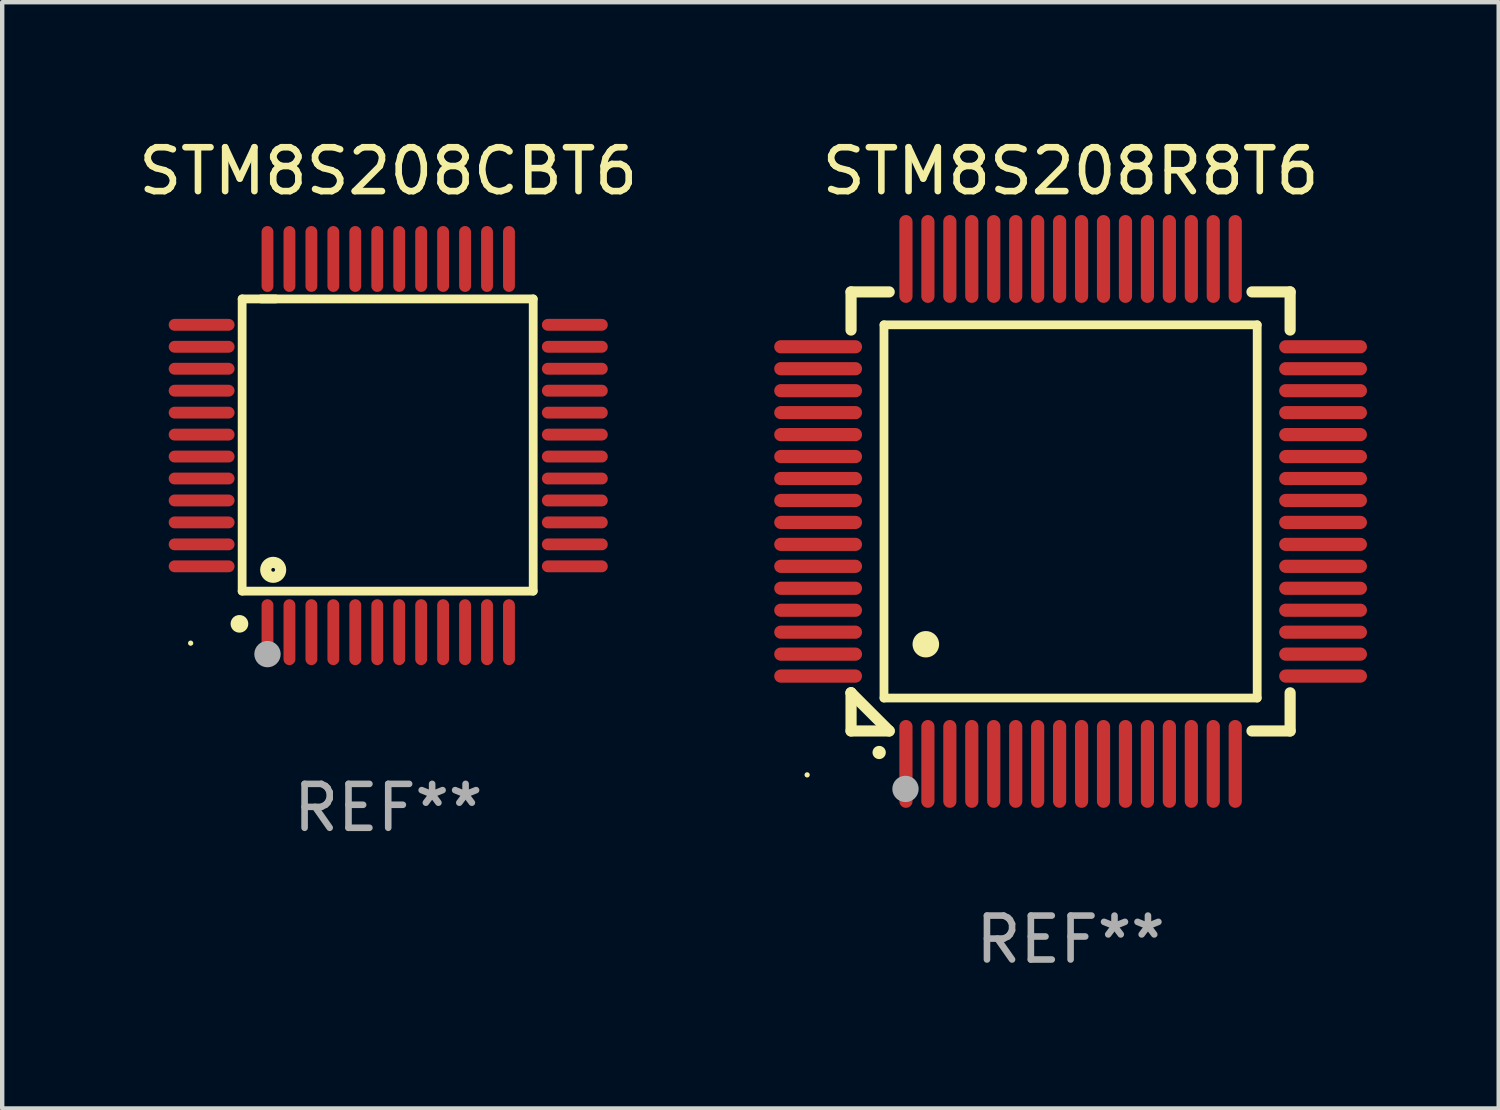
<source format=kicad_pcb>
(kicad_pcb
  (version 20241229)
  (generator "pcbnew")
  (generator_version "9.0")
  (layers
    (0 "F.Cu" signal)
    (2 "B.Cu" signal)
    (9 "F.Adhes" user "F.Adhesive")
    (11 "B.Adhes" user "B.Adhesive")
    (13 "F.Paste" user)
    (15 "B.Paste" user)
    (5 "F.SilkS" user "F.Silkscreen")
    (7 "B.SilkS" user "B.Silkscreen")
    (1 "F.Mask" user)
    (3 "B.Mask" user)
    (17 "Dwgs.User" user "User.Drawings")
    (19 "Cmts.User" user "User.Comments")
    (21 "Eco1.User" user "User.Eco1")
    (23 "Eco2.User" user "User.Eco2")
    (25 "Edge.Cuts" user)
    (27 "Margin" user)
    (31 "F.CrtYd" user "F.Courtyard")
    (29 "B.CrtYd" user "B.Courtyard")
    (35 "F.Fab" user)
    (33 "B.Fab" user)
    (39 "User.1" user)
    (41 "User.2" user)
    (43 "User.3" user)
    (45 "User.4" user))
  (footprint "STM8S208R8T6"
    (layer "F.Cu")
    (at 21.333 8.598)
    (property "Reference" "STM8S208R8T6" (at 0 -7.75 0) (layer "F.SilkS") (effects (font (size 1 1) (thickness 0.15))))
    (attr through_hole)
    (fp_line (start -5 -5) (end -4.131 -5) (stroke (width 0.254) (type solid)) (layer "F.SilkS"))
    (fp_line (start -5 -4.131) (end -5 -5) (stroke (width 0.254) (type solid)) (layer "F.SilkS"))
    (fp_line (start -5 4.131) (end -5 4.131) (stroke (width 0.254) (type solid)) (layer "F.SilkS"))
    (fp_line (start -5 5) (end -5 4.131) (stroke (width 0.254) (type solid)) (layer "F.SilkS"))
    (fp_line (start -5 4.131) (end -4.131 5) (stroke (width 0.254) (type solid)) (layer "F.SilkS"))
    (fp_line (start -4.25 -4.25) (end -4.25 4.25) (stroke (width 0.2) (type solid)) (layer "F.SilkS"))
    (fp_line (start -4.25 4.25) (end 4.25 4.25) (stroke (width 0.2) (type solid)) (layer "F.SilkS"))
    (fp_line (start -4.131 5) (end -5 5) (stroke (width 0.254) (type solid)) (layer "F.SilkS"))
    (fp_line (start 4.25 -4.25) (end -4.25 -4.25) (stroke (width 0.2) (type solid)) (layer "F.SilkS"))
    (fp_line (start 4.25 4.25) (end 4.25 -4.25) (stroke (width 0.2) (type solid)) (layer "F.SilkS"))
    (fp_line (start 5 -5) (end 4.131 -5) (stroke (width 0.254) (type solid)) (layer "F.SilkS"))
    (fp_line (start 5 -5) (end 5 -4.131) (stroke (width 0.254) (type solid)) (layer "F.SilkS"))
    (fp_line (start 5 4.131) (end 5 5) (stroke (width 0.254) (type solid)) (layer "F.SilkS"))
    (fp_line (start 5 5) (end 4.131 5) (stroke (width 0.254) (type solid)) (layer "F.SilkS"))
    (fp_arc (start -4.361265 5.489992) (mid -4.359995 5.489987) (end -4.358725 5.489992) (stroke (width 0.3) (type solid)) (layer "F.SilkS"))
    (fp_arc (start -3.299467 3.025146) (mid -3.296927 3.025135) (end -3.294387 3.025146) (stroke (width 0.6) (type solid)) (layer "F.SilkS"))
    (fp_circle (center -6 6) (end -5.97 6) (stroke (width 0.06) (type solid)) (fill no) (layer "F.SilkS"))
    (fp_circle (center -3.76 6.32) (end -3.61 6.32) (stroke (width 0.3) (type solid)) (fill no) (layer "F.Fab"))
    (fp_text user "REF**" (at 0 9.75 0) (layer "F.Fab") (effects (font (size 1 1) (thickness 0.15))))
    (pad "1" smd oval (at -3.75 5.75) (size 0.3 2) (layers "F.Cu" "F.Mask" "F.Paste"))
    (pad "2" smd oval (at -3.25 5.75) (size 0.3 2) (layers "F.Cu" "F.Mask" "F.Paste"))
    (pad "3" smd oval (at -2.75 5.75) (size 0.3 2) (layers "F.Cu" "F.Mask" "F.Paste"))
    (pad "4" smd oval (at -2.25 5.75) (size 0.3 2) (layers "F.Cu" "F.Mask" "F.Paste"))
    (pad "5" smd oval (at -1.75 5.75) (size 0.3 2) (layers "F.Cu" "F.Mask" "F.Paste"))
    (pad "6" smd oval (at -1.25 5.75) (size 0.3 2) (layers "F.Cu" "F.Mask" "F.Paste"))
    (pad "7" smd oval (at -0.75 5.75) (size 0.3 2) (layers "F.Cu" "F.Mask" "F.Paste"))
    (pad "8" smd oval (at -0.25 5.75) (size 0.3 2) (layers "F.Cu" "F.Mask" "F.Paste"))
    (pad "9" smd oval (at 0.25 5.75) (size 0.3 2) (layers "F.Cu" "F.Mask" "F.Paste"))
    (pad "10" smd oval (at 0.75 5.75) (size 0.3 2) (layers "F.Cu" "F.Mask" "F.Paste"))
    (pad "11" smd oval (at 1.25 5.75) (size 0.3 2) (layers "F.Cu" "F.Mask" "F.Paste"))
    (pad "12" smd oval (at 1.75 5.75) (size 0.3 2) (layers "F.Cu" "F.Mask" "F.Paste"))
    (pad "13" smd oval (at 2.25 5.75) (size 0.3 2) (layers "F.Cu" "F.Mask" "F.Paste"))
    (pad "14" smd oval (at 2.75 5.75) (size 0.3 2) (layers "F.Cu" "F.Mask" "F.Paste"))
    (pad "15" smd oval (at 3.25 5.75) (size 0.3 2) (layers "F.Cu" "F.Mask" "F.Paste"))
    (pad "16" smd oval (at 3.75 5.75) (size 0.3 2) (layers "F.Cu" "F.Mask" "F.Paste"))
    (pad "17" smd oval (at 5.75 3.75) (size 2 0.3) (layers "F.Cu" "F.Mask" "F.Paste"))
    (pad "18" smd oval (at 5.75 3.25) (size 2 0.3) (layers "F.Cu" "F.Mask" "F.Paste"))
    (pad "19" smd oval (at 5.75 2.75) (size 2 0.3) (layers "F.Cu" "F.Mask" "F.Paste"))
    (pad "20" smd oval (at 5.75 2.25) (size 2 0.3) (layers "F.Cu" "F.Mask" "F.Paste"))
    (pad "21" smd oval (at 5.75 1.75) (size 2 0.3) (layers "F.Cu" "F.Mask" "F.Paste"))
    (pad "22" smd oval (at 5.75 1.25) (size 2 0.3) (layers "F.Cu" "F.Mask" "F.Paste"))
    (pad "23" smd oval (at 5.75 0.75) (size 2 0.3) (layers "F.Cu" "F.Mask" "F.Paste"))
    (pad "24" smd oval (at 5.75 0.25) (size 2 0.3) (layers "F.Cu" "F.Mask" "F.Paste"))
    (pad "25" smd oval (at 5.75 -0.25) (size 2 0.3) (layers "F.Cu" "F.Mask" "F.Paste"))
    (pad "26" smd oval (at 5.75 -0.75) (size 2 0.3) (layers "F.Cu" "F.Mask" "F.Paste"))
    (pad "27" smd oval (at 5.75 -1.25) (size 2 0.3) (layers "F.Cu" "F.Mask" "F.Paste"))
    (pad "28" smd oval (at 5.75 -1.75) (size 2 0.3) (layers "F.Cu" "F.Mask" "F.Paste"))
    (pad "29" smd oval (at 5.75 -2.25) (size 2 0.3) (layers "F.Cu" "F.Mask" "F.Paste"))
    (pad "30" smd oval (at 5.75 -2.75) (size 2 0.3) (layers "F.Cu" "F.Mask" "F.Paste"))
    (pad "31" smd oval (at 5.75 -3.25) (size 2 0.3) (layers "F.Cu" "F.Mask" "F.Paste"))
    (pad "32" smd oval (at 5.75 -3.75) (size 2 0.3) (layers "F.Cu" "F.Mask" "F.Paste"))
    (pad "33" smd oval (at 3.75 -5.75) (size 0.3 2) (layers "F.Cu" "F.Mask" "F.Paste"))
    (pad "34" smd oval (at 3.25 -5.75) (size 0.3 2) (layers "F.Cu" "F.Mask" "F.Paste"))
    (pad "35" smd oval (at 2.75 -5.75) (size 0.3 2) (layers "F.Cu" "F.Mask" "F.Paste"))
    (pad "36" smd oval (at 2.25 -5.75) (size 0.3 2) (layers "F.Cu" "F.Mask" "F.Paste"))
    (pad "37" smd oval (at 1.75 -5.75) (size 0.3 2) (layers "F.Cu" "F.Mask" "F.Paste"))
    (pad "38" smd oval (at 1.25 -5.75) (size 0.3 2) (layers "F.Cu" "F.Mask" "F.Paste"))
    (pad "39" smd oval (at 0.75 -5.75) (size 0.3 2) (layers "F.Cu" "F.Mask" "F.Paste"))
    (pad "40" smd oval (at 0.25 -5.75) (size 0.3 2) (layers "F.Cu" "F.Mask" "F.Paste"))
    (pad "41" smd oval (at -0.25 -5.75) (size 0.3 2) (layers "F.Cu" "F.Mask" "F.Paste"))
    (pad "42" smd oval (at -0.75 -5.75) (size 0.3 2) (layers "F.Cu" "F.Mask" "F.Paste"))
    (pad "43" smd oval (at -1.25 -5.75) (size 0.3 2) (layers "F.Cu" "F.Mask" "F.Paste"))
    (pad "44" smd oval (at -1.75 -5.75) (size 0.3 2) (layers "F.Cu" "F.Mask" "F.Paste"))
    (pad "45" smd oval (at -2.25 -5.75) (size 0.3 2) (layers "F.Cu" "F.Mask" "F.Paste"))
    (pad "46" smd oval (at -2.75 -5.75) (size 0.3 2) (layers "F.Cu" "F.Mask" "F.Paste"))
    (pad "47" smd oval (at -3.25 -5.75) (size 0.3 2) (layers "F.Cu" "F.Mask" "F.Paste"))
    (pad "48" smd oval (at -3.75 -5.75) (size 0.3 2) (layers "F.Cu" "F.Mask" "F.Paste"))
    (pad "49" smd oval (at -5.75 -3.75) (size 2 0.3) (layers "F.Cu" "F.Mask" "F.Paste"))
    (pad "50" smd oval (at -5.75 -3.25) (size 2 0.3) (layers "F.Cu" "F.Mask" "F.Paste"))
    (pad "51" smd oval (at -5.75 -2.75) (size 2 0.3) (layers "F.Cu" "F.Mask" "F.Paste"))
    (pad "52" smd oval (at -5.75 -2.25) (size 2 0.3) (layers "F.Cu" "F.Mask" "F.Paste"))
    (pad "53" smd oval (at -5.75 -1.75) (size 2 0.3) (layers "F.Cu" "F.Mask" "F.Paste"))
    (pad "54" smd oval (at -5.75 -1.25) (size 2 0.3) (layers "F.Cu" "F.Mask" "F.Paste"))
    (pad "55" smd oval (at -5.75 -0.75) (size 2 0.3) (layers "F.Cu" "F.Mask" "F.Paste"))
    (pad "56" smd oval (at -5.75 -0.25) (size 2 0.3) (layers "F.Cu" "F.Mask" "F.Paste"))
    (pad "57" smd oval (at -5.75 0.25) (size 2 0.3) (layers "F.Cu" "F.Mask" "F.Paste"))
    (pad "58" smd oval (at -5.75 0.75) (size 2 0.3) (layers "F.Cu" "F.Mask" "F.Paste"))
    (pad "59" smd oval (at -5.75 1.25) (size 2 0.3) (layers "F.Cu" "F.Mask" "F.Paste"))
    (pad "60" smd oval (at -5.75 1.75) (size 2 0.3) (layers "F.Cu" "F.Mask" "F.Paste"))
    (pad "61" smd oval (at -5.75 2.25) (size 2 0.3) (layers "F.Cu" "F.Mask" "F.Paste"))
    (pad "62" smd oval (at -5.75 2.75) (size 2 0.3) (layers "F.Cu" "F.Mask" "F.Paste"))
    (pad "63" smd oval (at -5.75 3.25) (size 2 0.3) (layers "F.Cu" "F.Mask" "F.Paste"))
    (pad "64" smd oval (at -5.75 3.75) (size 2 0.3) (layers "F.Cu" "F.Mask" "F.Paste")))
  (footprint "STM8S208CBT6"
    (layer "F.Cu")
    (at 5.792 7.098)
    (property "Reference" "STM8S208CBT6" (at 0 -6.25 0) (layer "F.SilkS") (effects (font (size 1 1) (thickness 0.15))))
    (attr through_hole)
    (fp_line (start -3.327 -3.34) (end -2.565 -3.34) (stroke (width 0.2) (type solid)) (layer "F.SilkS"))
    (fp_line (start -3.327 3.315) (end -3.327 -3.34) (stroke (width 0.2) (type solid)) (layer "F.SilkS"))
    (fp_line (start -2.896 -3.34) (end 3.302 -3.34) (stroke (width 0.2) (type solid)) (layer "F.SilkS"))
    (fp_line (start 3.302 -3.34) (end 3.302 3.315) (stroke (width 0.2) (type solid)) (layer "F.SilkS"))
    (fp_line (start 3.302 3.315) (end -3.327 3.315) (stroke (width 0.2) (type solid)) (layer "F.SilkS"))
    (fp_arc (start -3.389992 4.059995) (mid -3.388722 4.059991) (end -3.387452 4.059995) (stroke (width 0.4) (type solid)) (layer "F.SilkS"))
    (fp_circle (center -4.5 4.5) (end -4.47 4.5) (stroke (width 0.06) (type solid)) (fill no) (layer "F.SilkS"))
    (fp_circle (center -2.62 2.83) (end -2.45 2.83) (stroke (width 0.254) (type solid)) (fill no) (layer "F.SilkS"))
    (fp_circle (center -2.75 4.75) (end -2.6 4.75) (stroke (width 0.3) (type solid)) (fill no) (layer "F.Fab"))
    (fp_text user "REF**" (at 0 8.25 0) (layer "F.Fab") (effects (font (size 1 1) (thickness 0.15))))
    (pad "1" smd oval (at -2.75 4.25) (size 0.27 1.5) (layers "F.Cu" "F.Mask" "F.Paste"))
    (pad "2" smd oval (at -2.25 4.25) (size 0.27 1.5) (layers "F.Cu" "F.Mask" "F.Paste"))
    (pad "3" smd oval (at -1.75 4.25) (size 0.27 1.5) (layers "F.Cu" "F.Mask" "F.Paste"))
    (pad "4" smd oval (at -1.25 4.25) (size 0.27 1.5) (layers "F.Cu" "F.Mask" "F.Paste"))
    (pad "5" smd oval (at -0.75 4.25) (size 0.27 1.5) (layers "F.Cu" "F.Mask" "F.Paste"))
    (pad "6" smd oval (at -0.25 4.25) (size 0.27 1.5) (layers "F.Cu" "F.Mask" "F.Paste"))
    (pad "7" smd oval (at 0.25 4.25) (size 0.27 1.5) (layers "F.Cu" "F.Mask" "F.Paste"))
    (pad "8" smd oval (at 0.75 4.25) (size 0.27 1.5) (layers "F.Cu" "F.Mask" "F.Paste"))
    (pad "9" smd oval (at 1.25 4.25) (size 0.27 1.5) (layers "F.Cu" "F.Mask" "F.Paste"))
    (pad "10" smd oval (at 1.75 4.25) (size 0.27 1.5) (layers "F.Cu" "F.Mask" "F.Paste"))
    (pad "11" smd oval (at 2.25 4.25) (size 0.27 1.5) (layers "F.Cu" "F.Mask" "F.Paste"))
    (pad "12" smd oval (at 2.75 4.25) (size 0.27 1.5) (layers "F.Cu" "F.Mask" "F.Paste"))
    (pad "13" smd oval (at 4.25 2.75) (size 1.5 0.27) (layers "F.Cu" "F.Mask" "F.Paste"))
    (pad "14" smd oval (at 4.25 2.25) (size 1.5 0.27) (layers "F.Cu" "F.Mask" "F.Paste"))
    (pad "15" smd oval (at 4.25 1.75) (size 1.5 0.27) (layers "F.Cu" "F.Mask" "F.Paste"))
    (pad "16" smd oval (at 4.25 1.25) (size 1.5 0.27) (layers "F.Cu" "F.Mask" "F.Paste"))
    (pad "17" smd oval (at 4.25 0.75) (size 1.5 0.27) (layers "F.Cu" "F.Mask" "F.Paste"))
    (pad "18" smd oval (at 4.25 0.25) (size 1.5 0.27) (layers "F.Cu" "F.Mask" "F.Paste"))
    (pad "19" smd oval (at 4.25 -0.25) (size 1.5 0.27) (layers "F.Cu" "F.Mask" "F.Paste"))
    (pad "20" smd oval (at 4.25 -0.75) (size 1.5 0.27) (layers "F.Cu" "F.Mask" "F.Paste"))
    (pad "21" smd oval (at 4.25 -1.25) (size 1.5 0.27) (layers "F.Cu" "F.Mask" "F.Paste"))
    (pad "22" smd oval (at 4.25 -1.75) (size 1.5 0.27) (layers "F.Cu" "F.Mask" "F.Paste"))
    (pad "23" smd oval (at 4.25 -2.25) (size 1.5 0.27) (layers "F.Cu" "F.Mask" "F.Paste"))
    (pad "24" smd oval (at 4.25 -2.75) (size 1.5 0.27) (layers "F.Cu" "F.Mask" "F.Paste"))
    (pad "25" smd oval (at 2.75 -4.25) (size 0.27 1.5) (layers "F.Cu" "F.Mask" "F.Paste"))
    (pad "26" smd oval (at 2.25 -4.25) (size 0.27 1.5) (layers "F.Cu" "F.Mask" "F.Paste"))
    (pad "27" smd oval (at 1.75 -4.25) (size 0.27 1.5) (layers "F.Cu" "F.Mask" "F.Paste"))
    (pad "28" smd oval (at 1.25 -4.25) (size 0.27 1.5) (layers "F.Cu" "F.Mask" "F.Paste"))
    (pad "29" smd oval (at 0.75 -4.25) (size 0.27 1.5) (layers "F.Cu" "F.Mask" "F.Paste"))
    (pad "30" smd oval (at 0.25 -4.25) (size 0.27 1.5) (layers "F.Cu" "F.Mask" "F.Paste"))
    (pad "31" smd oval (at -0.25 -4.25) (size 0.27 1.5) (layers "F.Cu" "F.Mask" "F.Paste"))
    (pad "32" smd oval (at -0.75 -4.25) (size 0.27 1.5) (layers "F.Cu" "F.Mask" "F.Paste"))
    (pad "33" smd oval (at -1.25 -4.25) (size 0.27 1.5) (layers "F.Cu" "F.Mask" "F.Paste"))
    (pad "34" smd oval (at -1.75 -4.25) (size 0.27 1.5) (layers "F.Cu" "F.Mask" "F.Paste"))
    (pad "35" smd oval (at -2.25 -4.25) (size 0.27 1.5) (layers "F.Cu" "F.Mask" "F.Paste"))
    (pad "36" smd oval (at -2.75 -4.25) (size 0.27 1.5) (layers "F.Cu" "F.Mask" "F.Paste"))
    (pad "37" smd oval (at -4.25 -2.75) (size 1.5 0.27) (layers "F.Cu" "F.Mask" "F.Paste"))
    (pad "38" smd oval (at -4.25 -2.25) (size 1.5 0.27) (layers "F.Cu" "F.Mask" "F.Paste"))
    (pad "39" smd oval (at -4.25 -1.75) (size 1.5 0.27) (layers "F.Cu" "F.Mask" "F.Paste"))
    (pad "40" smd oval (at -4.25 -1.25) (size 1.5 0.27) (layers "F.Cu" "F.Mask" "F.Paste"))
    (pad "41" smd oval (at -4.25 -0.75) (size 1.5 0.27) (layers "F.Cu" "F.Mask" "F.Paste"))
    (pad "42" smd oval (at -4.25 -0.25) (size 1.5 0.27) (layers "F.Cu" "F.Mask" "F.Paste"))
    (pad "43" smd oval (at -4.25 0.25) (size 1.5 0.27) (layers "F.Cu" "F.Mask" "F.Paste"))
    (pad "44" smd oval (at -4.25 0.75) (size 1.5 0.27) (layers "F.Cu" "F.Mask" "F.Paste"))
    (pad "45" smd oval (at -4.25 1.25) (size 1.5 0.27) (layers "F.Cu" "F.Mask" "F.Paste"))
    (pad "46" smd oval (at -4.25 1.75) (size 1.5 0.27) (layers "F.Cu" "F.Mask" "F.Paste"))
    (pad "47" smd oval (at -4.25 2.25) (size 1.5 0.27) (layers "F.Cu" "F.Mask" "F.Paste"))
    (pad "48" smd oval (at -4.25 2.75) (size 1.5 0.27) (layers "F.Cu" "F.Mask" "F.Paste")))
  (gr_rect
    (start -3 -3)
    (end 31.083 22.196)
    (stroke (width 0.1) (type default))
    (fill no)
    (layer "Edge.Cuts")))
</source>
